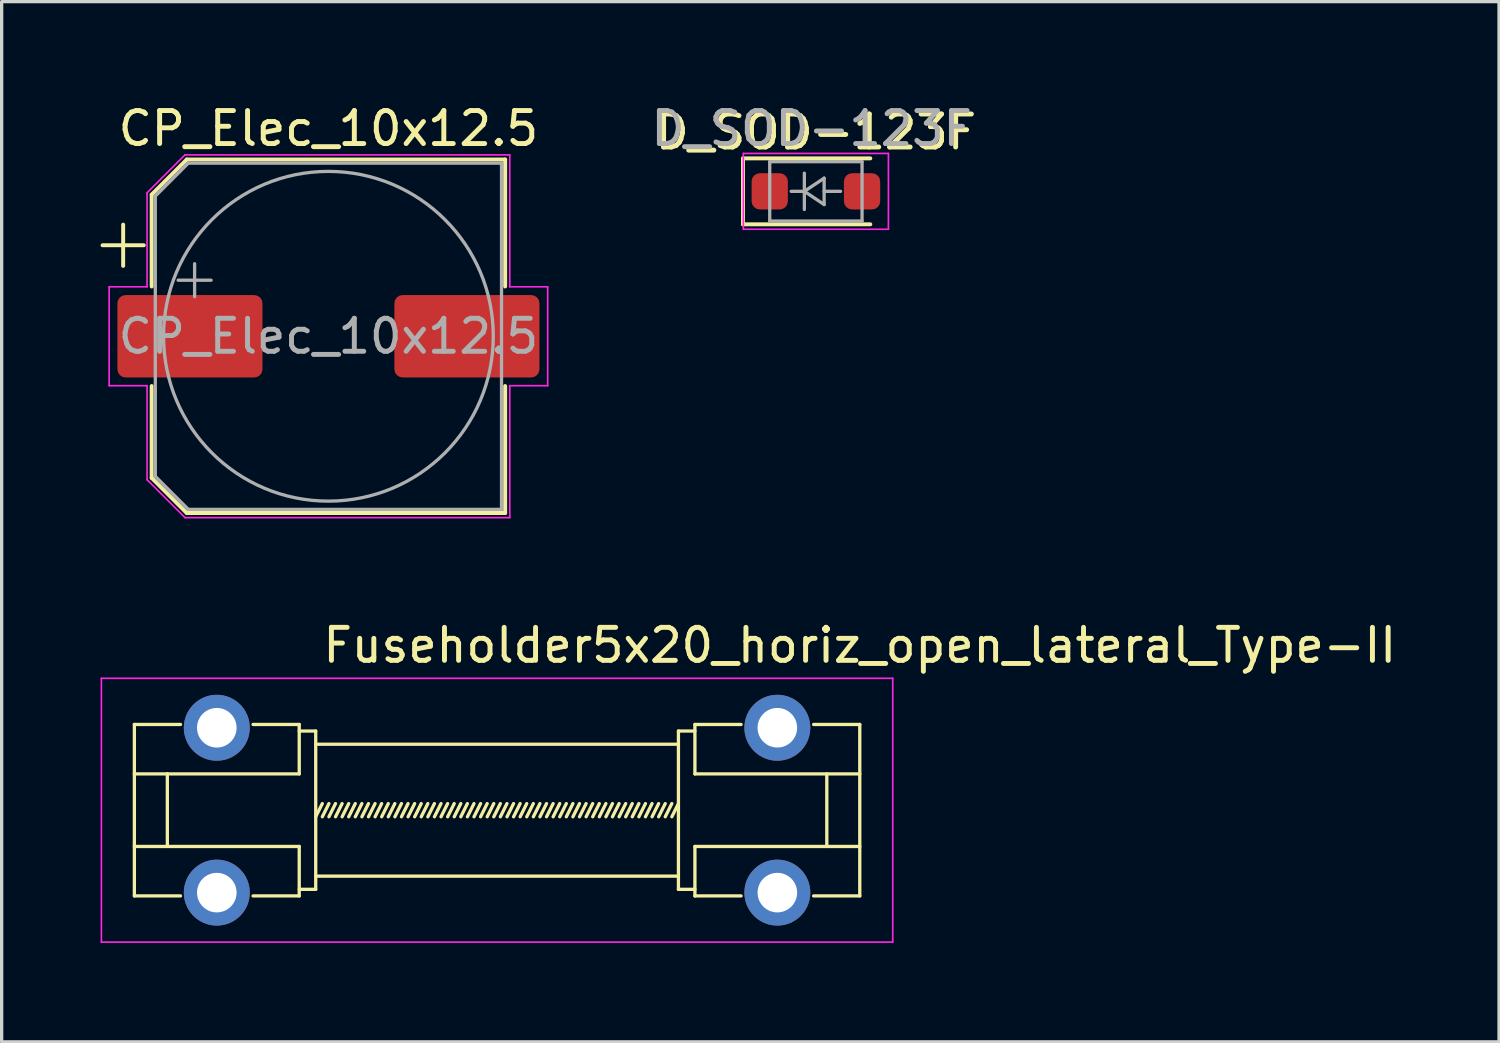
<source format=kicad_pcb>
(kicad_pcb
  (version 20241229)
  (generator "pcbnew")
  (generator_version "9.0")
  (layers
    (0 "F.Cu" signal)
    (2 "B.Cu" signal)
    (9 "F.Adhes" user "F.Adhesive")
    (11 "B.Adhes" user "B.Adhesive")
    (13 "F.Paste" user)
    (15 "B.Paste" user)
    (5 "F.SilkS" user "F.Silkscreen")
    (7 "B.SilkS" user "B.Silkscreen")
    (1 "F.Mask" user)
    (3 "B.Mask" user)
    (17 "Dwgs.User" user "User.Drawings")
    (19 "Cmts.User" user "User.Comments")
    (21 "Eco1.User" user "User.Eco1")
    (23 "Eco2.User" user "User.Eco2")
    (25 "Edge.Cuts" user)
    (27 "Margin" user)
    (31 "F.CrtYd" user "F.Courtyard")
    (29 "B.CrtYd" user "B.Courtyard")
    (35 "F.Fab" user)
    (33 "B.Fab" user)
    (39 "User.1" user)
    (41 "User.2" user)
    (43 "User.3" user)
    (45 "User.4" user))
  (footprint "CP_Elec_10x12.5"
    (layer "F.Cu")
    (at 6.91 7.148)
    (property "Reference" "CP_Elec_10x12.5" (at 0 -6.3 0) (layer "F.SilkS") (effects (font (size 1 1) (thickness 0.15))))
    (attr smd)
    (fp_line (start -6.85 -2.76) (end -5.6 -2.76) (stroke (width 0.12) (type solid)) (layer "F.SilkS"))
    (fp_line (start -6.225 -3.385) (end -6.225 -2.135) (stroke (width 0.12) (type solid)) (layer "F.SilkS"))
    (fp_line (start -5.36 -4.296) (end -5.36 -1.51) (stroke (width 0.12) (type solid)) (layer "F.SilkS"))
    (fp_line (start -5.36 -4.296) (end -4.296 -5.36) (stroke (width 0.12) (type solid)) (layer "F.SilkS"))
    (fp_line (start -5.36 4.296) (end -5.36 1.51) (stroke (width 0.12) (type solid)) (layer "F.SilkS"))
    (fp_line (start -5.36 4.296) (end -4.296 5.36) (stroke (width 0.12) (type solid)) (layer "F.SilkS"))
    (fp_line (start -4.296 -5.36) (end 5.36 -5.36) (stroke (width 0.12) (type solid)) (layer "F.SilkS"))
    (fp_line (start -4.296 5.36) (end 5.36 5.36) (stroke (width 0.12) (type solid)) (layer "F.SilkS"))
    (fp_line (start 5.36 -5.36) (end 5.36 -1.51) (stroke (width 0.12) (type solid)) (layer "F.SilkS"))
    (fp_line (start 5.36 5.36) (end 5.36 1.51) (stroke (width 0.12) (type solid)) (layer "F.SilkS"))
    (fp_line (start -6.65 -1.5) (end -6.65 1.5) (stroke (width 0.05) (type solid)) (layer "F.CrtYd"))
    (fp_line (start -6.65 1.5) (end -5.5 1.5) (stroke (width 0.05) (type solid)) (layer "F.CrtYd"))
    (fp_line (start -5.5 -4.35) (end -5.5 -1.5) (stroke (width 0.05) (type solid)) (layer "F.CrtYd"))
    (fp_line (start -5.5 -4.35) (end -4.35 -5.5) (stroke (width 0.05) (type solid)) (layer "F.CrtYd"))
    (fp_line (start -5.5 -1.5) (end -6.65 -1.5) (stroke (width 0.05) (type solid)) (layer "F.CrtYd"))
    (fp_line (start -5.5 1.5) (end -5.5 4.35) (stroke (width 0.05) (type solid)) (layer "F.CrtYd"))
    (fp_line (start -5.5 4.35) (end -4.35 5.5) (stroke (width 0.05) (type solid)) (layer "F.CrtYd"))
    (fp_line (start -4.35 -5.5) (end 5.5 -5.5) (stroke (width 0.05) (type solid)) (layer "F.CrtYd"))
    (fp_line (start -4.35 5.5) (end 5.5 5.5) (stroke (width 0.05) (type solid)) (layer "F.CrtYd"))
    (fp_line (start 5.5 -5.5) (end 5.5 -1.5) (stroke (width 0.05) (type solid)) (layer "F.CrtYd"))
    (fp_line (start 5.5 -1.5) (end 6.65 -1.5) (stroke (width 0.05) (type solid)) (layer "F.CrtYd"))
    (fp_line (start 5.5 1.5) (end 5.5 5.5) (stroke (width 0.05) (type solid)) (layer "F.CrtYd"))
    (fp_line (start 6.65 -1.5) (end 6.65 1.5) (stroke (width 0.05) (type solid)) (layer "F.CrtYd"))
    (fp_line (start 6.65 1.5) (end 5.5 1.5) (stroke (width 0.05) (type solid)) (layer "F.CrtYd"))
    (fp_line (start -5.25 -4.25) (end -5.25 4.25) (stroke (width 0.1) (type solid)) (layer "F.Fab"))
    (fp_line (start -5.25 -4.25) (end -4.25 -5.25) (stroke (width 0.1) (type solid)) (layer "F.Fab"))
    (fp_line (start -5.25 4.25) (end -4.25 5.25) (stroke (width 0.1) (type solid)) (layer "F.Fab"))
    (fp_line (start -4.558 -1.7) (end -3.558 -1.7) (stroke (width 0.1) (type solid)) (layer "F.Fab"))
    (fp_line (start -4.25 -5.25) (end 5.25 -5.25) (stroke (width 0.1) (type solid)) (layer "F.Fab"))
    (fp_line (start -4.25 5.25) (end 5.25 5.25) (stroke (width 0.1) (type solid)) (layer "F.Fab"))
    (fp_line (start -4.058 -2.2) (end -4.058 -1.2) (stroke (width 0.1) (type solid)) (layer "F.Fab"))
    (fp_line (start 5.25 -5.25) (end 5.25 5.25) (stroke (width 0.1) (type solid)) (layer "F.Fab"))
    (fp_circle (center 0 0) (end 5 0) (stroke (width 0.1) (type solid)) (fill no) (layer "F.Fab"))
    (fp_text user "${REFERENCE}" (at 0 0 0) (layer "F.Fab") (effects (font (size 1 1) (thickness 0.15))))
    (pad "1" smd roundrect (at -4.2 0) (size 4.4 2.5) (layers "F.Cu" "F.Mask" "F.Paste") (roundrect_rratio 0.1))
    (pad "2" smd roundrect (at 4.2 0) (size 4.4 2.5) (layers "F.Cu" "F.Mask" "F.Paste") (roundrect_rratio 0.1)))
  (footprint "Fuseholder5x20_horiz_open_lateral_Type-II"
    (layer "F.Cu")
    (at 12.025 21.521)
    (property "Reference" "Fuseholder5x20_horiz_open_lateral_Type-II" (at 11 -5 180) (layer "F.SilkS") (effects (font (size 1 1) (thickness 0.15))))
    (attr through_hole)
    (fp_line (start -11 -2.6) (end -11 2.6) (stroke (width 0.1) (type solid)) (layer "F.SilkS"))
    (fp_line (start -11 -2.6) (end -9.6 -2.6) (stroke (width 0.1) (type solid)) (layer "F.SilkS"))
    (fp_line (start -11 2.6) (end -9.6 2.6) (stroke (width 0.1) (type solid)) (layer "F.SilkS"))
    (fp_line (start -10 -1.1) (end -11 -1.1) (stroke (width 0.1) (type solid)) (layer "F.SilkS"))
    (fp_line (start -10 -1.1) (end -10 1.1) (stroke (width 0.1) (type solid)) (layer "F.SilkS"))
    (fp_line (start -6 -2.6) (end -7.4 -2.6) (stroke (width 0.1) (type solid)) (layer "F.SilkS"))
    (fp_line (start -6 -2.6) (end -6 -1.1) (stroke (width 0.1) (type solid)) (layer "F.SilkS"))
    (fp_line (start -6 -1.1) (end -10 -1.1) (stroke (width 0.1) (type solid)) (layer "F.SilkS"))
    (fp_line (start -6 1.1) (end -11 1.1) (stroke (width 0.1) (type solid)) (layer "F.SilkS"))
    (fp_line (start -6 1.1) (end -6 2.6) (stroke (width 0.1) (type solid)) (layer "F.SilkS"))
    (fp_line (start -6 2.6) (end -7.4 2.6) (stroke (width 0.1) (type solid)) (layer "F.SilkS"))
    (fp_line (start -5.5 -2.4) (end -6 -2.4) (stroke (width 0.1) (type solid)) (layer "F.SilkS"))
    (fp_line (start -5.5 -2.4) (end -5.5 2.4) (stroke (width 0.1) (type solid)) (layer "F.SilkS"))
    (fp_line (start -5.5 2.4) (end -6 2.4) (stroke (width 0.1) (type solid)) (layer "F.SilkS"))
    (fp_line (start -5.3 -0.2) (end -5.5 0.2) (stroke (width 0.1) (type solid)) (layer "F.SilkS"))
    (fp_line (start -5.3 0.2) (end -5.1 -0.2) (stroke (width 0.1) (type solid)) (layer "F.SilkS"))
    (fp_line (start -5.1 0.2) (end -4.9 -0.2) (stroke (width 0.1) (type solid)) (layer "F.SilkS"))
    (fp_line (start -4.9 0.2) (end -4.7 -0.2) (stroke (width 0.1) (type solid)) (layer "F.SilkS"))
    (fp_line (start -4.7 0.2) (end -4.5 -0.2) (stroke (width 0.1) (type solid)) (layer "F.SilkS"))
    (fp_line (start -4.5 0.2) (end -4.3 -0.2) (stroke (width 0.1) (type solid)) (layer "F.SilkS"))
    (fp_line (start -4.3 0.2) (end -4.1 -0.2) (stroke (width 0.1) (type solid)) (layer "F.SilkS"))
    (fp_line (start -4.1 0.2) (end -3.9 -0.2) (stroke (width 0.1) (type solid)) (layer "F.SilkS"))
    (fp_line (start -3.9 0.2) (end -3.7 -0.2) (stroke (width 0.1) (type solid)) (layer "F.SilkS"))
    (fp_line (start -3.7 0.2) (end -3.5 -0.2) (stroke (width 0.1) (type solid)) (layer "F.SilkS"))
    (fp_line (start -3.5 0.2) (end -3.3 -0.2) (stroke (width 0.1) (type solid)) (layer "F.SilkS"))
    (fp_line (start -3.3 0.2) (end -3.1 -0.2) (stroke (width 0.1) (type solid)) (layer "F.SilkS"))
    (fp_line (start -3.1 0.2) (end -2.9 -0.2) (stroke (width 0.1) (type solid)) (layer "F.SilkS"))
    (fp_line (start -2.9 0.2) (end -2.7 -0.2) (stroke (width 0.1) (type solid)) (layer "F.SilkS"))
    (fp_line (start -2.7 0.2) (end -2.5 -0.2) (stroke (width 0.1) (type solid)) (layer "F.SilkS"))
    (fp_line (start -2.5 0.2) (end -2.3 -0.2) (stroke (width 0.1) (type solid)) (layer "F.SilkS"))
    (fp_line (start -2.3 0.2) (end -2.1 -0.2) (stroke (width 0.1) (type solid)) (layer "F.SilkS"))
    (fp_line (start -2.1 0.2) (end -1.9 -0.2) (stroke (width 0.1) (type solid)) (layer "F.SilkS"))
    (fp_line (start -1.9 0.2) (end -1.7 -0.2) (stroke (width 0.1) (type solid)) (layer "F.SilkS"))
    (fp_line (start -1.7 0.2) (end -1.5 -0.2) (stroke (width 0.1) (type solid)) (layer "F.SilkS"))
    (fp_line (start -1.5 0.2) (end -1.3 -0.2) (stroke (width 0.1) (type solid)) (layer "F.SilkS"))
    (fp_line (start -1.3 0.2) (end -1.1 -0.2) (stroke (width 0.1) (type solid)) (layer "F.SilkS"))
    (fp_line (start -1.1 0.2) (end -0.9 -0.2) (stroke (width 0.1) (type solid)) (layer "F.SilkS"))
    (fp_line (start -0.9 0.2) (end -0.7 -0.2) (stroke (width 0.1) (type solid)) (layer "F.SilkS"))
    (fp_line (start -0.7 0.2) (end -0.5 -0.2) (stroke (width 0.1) (type solid)) (layer "F.SilkS"))
    (fp_line (start -0.5 0.2) (end -0.3 -0.2) (stroke (width 0.1) (type solid)) (layer "F.SilkS"))
    (fp_line (start -0.3 0.2) (end -0.1 -0.2) (stroke (width 0.1) (type solid)) (layer "F.SilkS"))
    (fp_line (start -0.1 0.2) (end 0.1 -0.2) (stroke (width 0.1) (type solid)) (layer "F.SilkS"))
    (fp_line (start 0.1 0.2) (end 0.3 -0.2) (stroke (width 0.1) (type solid)) (layer "F.SilkS"))
    (fp_line (start 0.3 0.2) (end 0.5 -0.2) (stroke (width 0.1) (type solid)) (layer "F.SilkS"))
    (fp_line (start 0.5 0.2) (end 0.7 -0.2) (stroke (width 0.1) (type solid)) (layer "F.SilkS"))
    (fp_line (start 0.7 0.2) (end 0.9 -0.2) (stroke (width 0.1) (type solid)) (layer "F.SilkS"))
    (fp_line (start 0.9 0.2) (end 1.1 -0.2) (stroke (width 0.1) (type solid)) (layer "F.SilkS"))
    (fp_line (start 1.1 0.2) (end 1.3 -0.2) (stroke (width 0.1) (type solid)) (layer "F.SilkS"))
    (fp_line (start 1.3 0.2) (end 1.5 -0.2) (stroke (width 0.1) (type solid)) (layer "F.SilkS"))
    (fp_line (start 1.5 0.2) (end 1.7 -0.2) (stroke (width 0.1) (type solid)) (layer "F.SilkS"))
    (fp_line (start 1.7 0.2) (end 1.9 -0.2) (stroke (width 0.1) (type solid)) (layer "F.SilkS"))
    (fp_line (start 1.9 0.2) (end 2.1 -0.2) (stroke (width 0.1) (type solid)) (layer "F.SilkS"))
    (fp_line (start 2.1 0.2) (end 2.3 -0.2) (stroke (width 0.1) (type solid)) (layer "F.SilkS"))
    (fp_line (start 2.3 0.2) (end 2.5 -0.2) (stroke (width 0.1) (type solid)) (layer "F.SilkS"))
    (fp_line (start 2.5 0.2) (end 2.7 -0.2) (stroke (width 0.1) (type solid)) (layer "F.SilkS"))
    (fp_line (start 2.7 0.2) (end 2.9 -0.2) (stroke (width 0.1) (type solid)) (layer "F.SilkS"))
    (fp_line (start 2.9 0.2) (end 3.1 -0.2) (stroke (width 0.1) (type solid)) (layer "F.SilkS"))
    (fp_line (start 3.1 0.2) (end 3.3 -0.2) (stroke (width 0.1) (type solid)) (layer "F.SilkS"))
    (fp_line (start 3.3 0.2) (end 3.5 -0.2) (stroke (width 0.1) (type solid)) (layer "F.SilkS"))
    (fp_line (start 3.5 0.2) (end 3.7 -0.2) (stroke (width 0.1) (type solid)) (layer "F.SilkS"))
    (fp_line (start 3.7 0.2) (end 3.9 -0.2) (stroke (width 0.1) (type solid)) (layer "F.SilkS"))
    (fp_line (start 3.9 0.2) (end 4.1 -0.2) (stroke (width 0.1) (type solid)) (layer "F.SilkS"))
    (fp_line (start 4.1 0.2) (end 4.3 -0.2) (stroke (width 0.1) (type solid)) (layer "F.SilkS"))
    (fp_line (start 4.3 0.2) (end 4.5 -0.2) (stroke (width 0.1) (type solid)) (layer "F.SilkS"))
    (fp_line (start 4.5 0.2) (end 4.7 -0.2) (stroke (width 0.1) (type solid)) (layer "F.SilkS"))
    (fp_line (start 4.7 0.2) (end 4.9 -0.2) (stroke (width 0.1) (type solid)) (layer "F.SilkS"))
    (fp_line (start 4.9 0.2) (end 5.1 -0.2) (stroke (width 0.1) (type solid)) (layer "F.SilkS"))
    (fp_line (start 5.1 0.2) (end 5.3 -0.2) (stroke (width 0.1) (type solid)) (layer "F.SilkS"))
    (fp_line (start 5.3 0.2) (end 5.5 -0.2) (stroke (width 0.1) (type solid)) (layer "F.SilkS"))
    (fp_line (start 5.5 -2.4) (end 5.5 2.4) (stroke (width 0.1) (type solid)) (layer "F.SilkS"))
    (fp_line (start 5.5 -2.4) (end 6 -2.4) (stroke (width 0.1) (type solid)) (layer "F.SilkS"))
    (fp_line (start 5.5 -2) (end -5.5 -2) (stroke (width 0.1) (type solid)) (layer "F.SilkS"))
    (fp_line (start 5.5 2) (end -5.5 2) (stroke (width 0.1) (type solid)) (layer "F.SilkS"))
    (fp_line (start 5.5 2.4) (end 6 2.4) (stroke (width 0.1) (type solid)) (layer "F.SilkS"))
    (fp_line (start 6 -2.6) (end 6 -1.1) (stroke (width 0.1) (type solid)) (layer "F.SilkS"))
    (fp_line (start 6 -1.1) (end 11 -1.1) (stroke (width 0.1) (type solid)) (layer "F.SilkS"))
    (fp_line (start 6 1.1) (end 6 2.6) (stroke (width 0.1) (type solid)) (layer "F.SilkS"))
    (fp_line (start 6 1.1) (end 11 1.1) (stroke (width 0.1) (type solid)) (layer "F.SilkS"))
    (fp_line (start 6 2.6) (end 7.4 2.6) (stroke (width 0.1) (type solid)) (layer "F.SilkS"))
    (fp_line (start 7.4 -2.6) (end 6 -2.6) (stroke (width 0.1) (type solid)) (layer "F.SilkS"))
    (fp_line (start 10 -1.1) (end 10 1.1) (stroke (width 0.1) (type solid)) (layer "F.SilkS"))
    (fp_line (start 11 -2.6) (end 9.6 -2.6) (stroke (width 0.1) (type solid)) (layer "F.SilkS"))
    (fp_line (start 11 -2.6) (end 11 2.6) (stroke (width 0.1) (type solid)) (layer "F.SilkS"))
    (fp_line (start 11 2.6) (end 9.6 2.6) (stroke (width 0.1) (type solid)) (layer "F.SilkS"))
    (fp_line (start -12 -4) (end 12 -4) (stroke (width 0.05) (type solid)) (layer "F.CrtYd"))
    (fp_line (start -12 4) (end -12 -4) (stroke (width 0.05) (type solid)) (layer "F.CrtYd"))
    (fp_line (start 12 -4) (end 12 4) (stroke (width 0.05) (type solid)) (layer "F.CrtYd"))
    (fp_line (start 12 4) (end -12 4) (stroke (width 0.05) (type solid)) (layer "F.CrtYd"))
    (pad "1" thru_hole circle (at -8.5 -2.5) (size 2 2) (drill 1.2) (layers "*.Cu" "*.Mask"))
    (pad "1" thru_hole circle (at -8.5 2.5) (size 2 2) (drill 1.2) (layers "*.Cu" "*.Mask"))
    (pad "2" thru_hole circle (at 8.5 -2.5) (size 2 2) (drill 1.2) (layers "*.Cu" "*.Mask"))
    (pad "2" thru_hole circle (at 8.5 2.5) (size 2 2) (drill 1.2) (layers "*.Cu" "*.Mask")))
  (footprint "D_SOD-123F"
    (layer "F.Cu")
    (at 21.694 2.753)
    (property "Reference" "D_SOD-123F" (at 0 -1.8 0) (layer "F.SilkS") (effects (font (size 1 1) (thickness 0.15))))
    (attr smd)
    (fp_line (start -2.21 -1) (end -2.21 1) (stroke (width 0.12) (type solid)) (layer "F.SilkS"))
    (fp_line (start -2.21 -1) (end 1.65 -1) (stroke (width 0.12) (type solid)) (layer "F.SilkS"))
    (fp_line (start -2.21 1) (end 1.65 1) (stroke (width 0.12) (type solid)) (layer "F.SilkS"))
    (fp_line (start -2.2 -1.15) (end -2.2 1.15) (stroke (width 0.05) (type solid)) (layer "F.CrtYd"))
    (fp_line (start -2.2 -1.15) (end 2.2 -1.15) (stroke (width 0.05) (type solid)) (layer "F.CrtYd"))
    (fp_line (start 2.2 -1.15) (end 2.2 1.15) (stroke (width 0.05) (type solid)) (layer "F.CrtYd"))
    (fp_line (start 2.2 1.15) (end -2.2 1.15) (stroke (width 0.05) (type solid)) (layer "F.CrtYd"))
    (fp_line (start -1.4 -0.9) (end 1.4 -0.9) (stroke (width 0.1) (type solid)) (layer "F.Fab"))
    (fp_line (start -1.4 0.9) (end -1.4 -0.9) (stroke (width 0.1) (type solid)) (layer "F.Fab"))
    (fp_line (start -0.75 0) (end -0.35 0) (stroke (width 0.1) (type solid)) (layer "F.Fab"))
    (fp_line (start -0.35 0) (end -0.35 -0.55) (stroke (width 0.1) (type solid)) (layer "F.Fab"))
    (fp_line (start -0.35 0) (end -0.35 0.55) (stroke (width 0.1) (type solid)) (layer "F.Fab"))
    (fp_line (start -0.35 0) (end 0.25 -0.4) (stroke (width 0.1) (type solid)) (layer "F.Fab"))
    (fp_line (start 0.25 -0.4) (end 0.25 0.4) (stroke (width 0.1) (type solid)) (layer "F.Fab"))
    (fp_line (start 0.25 0) (end 0.75 0) (stroke (width 0.1) (type solid)) (layer "F.Fab"))
    (fp_line (start 0.25 0.4) (end -0.35 0) (stroke (width 0.1) (type solid)) (layer "F.Fab"))
    (fp_line (start 1.4 -0.9) (end 1.4 0.9) (stroke (width 0.1) (type solid)) (layer "F.Fab"))
    (fp_line (start 1.4 0.9) (end -1.4 0.9) (stroke (width 0.1) (type solid)) (layer "F.Fab"))
    (fp_text user "${REFERENCE}" (at -0.127 -1.905 0) (layer "F.Fab") (effects (font (size 1 1) (thickness 0.15))))
    (pad "1" smd roundrect (at -1.4 0) (size 1.1 1.1) (layers "F.Cu" "F.Mask" "F.Paste") (roundrect_rratio 0.227))
    (pad "2" smd roundrect (at 1.4 0) (size 1.1 1.1) (layers "F.Cu" "F.Mask" "F.Paste") (roundrect_rratio 0.227)))
  (gr_rect
    (start -3 -3)
    (end 42.412 28.547)
    (stroke (width 0.1) (type default))
    (fill no)
    (layer "Edge.Cuts")))
</source>
